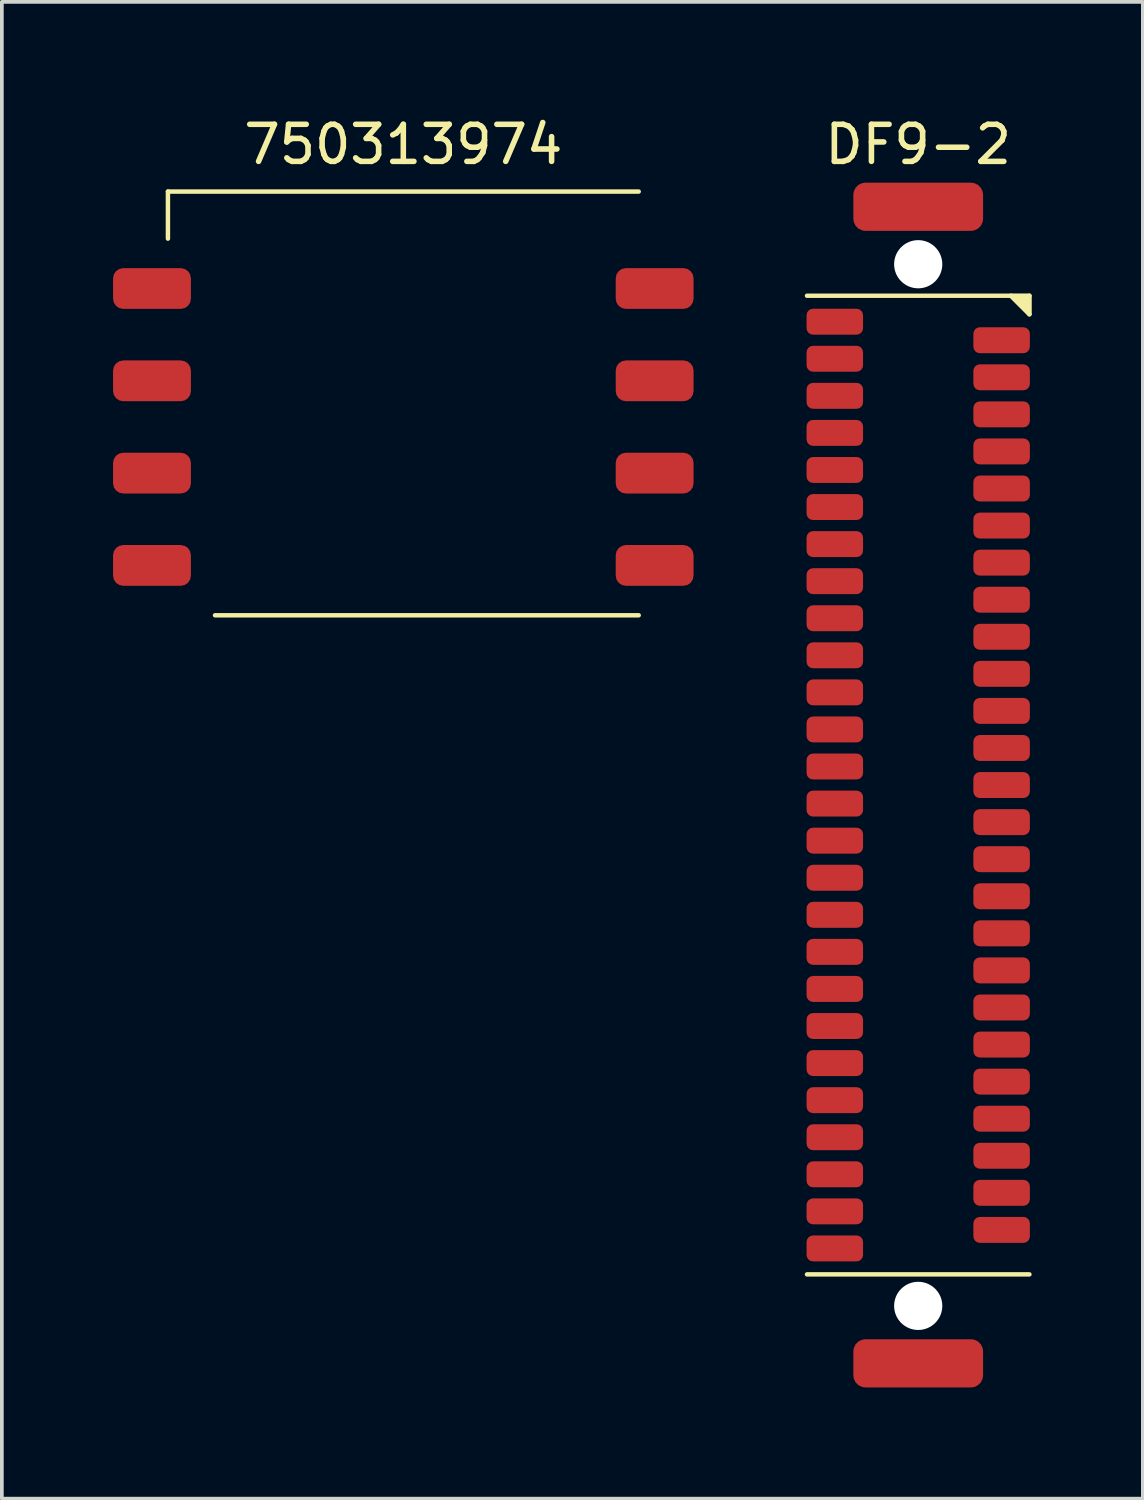
<source format=kicad_pcb>
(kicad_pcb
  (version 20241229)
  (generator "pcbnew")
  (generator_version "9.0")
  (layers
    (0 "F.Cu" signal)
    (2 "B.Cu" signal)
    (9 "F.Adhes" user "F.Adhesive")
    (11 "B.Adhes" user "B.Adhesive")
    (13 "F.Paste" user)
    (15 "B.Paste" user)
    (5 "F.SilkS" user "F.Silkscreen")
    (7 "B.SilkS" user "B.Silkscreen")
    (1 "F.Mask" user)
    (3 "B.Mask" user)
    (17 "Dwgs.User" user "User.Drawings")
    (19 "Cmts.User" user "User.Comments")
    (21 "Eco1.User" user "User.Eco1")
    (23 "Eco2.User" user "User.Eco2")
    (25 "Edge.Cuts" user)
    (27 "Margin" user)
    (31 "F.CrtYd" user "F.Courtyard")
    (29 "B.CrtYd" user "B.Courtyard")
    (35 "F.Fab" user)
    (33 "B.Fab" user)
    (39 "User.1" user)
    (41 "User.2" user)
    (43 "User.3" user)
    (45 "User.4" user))
  (footprint "750313974"
    (layer "F.Cu")
    (at 7.83 8.468)
    (property "Reference" "750313974" (at 0 -7.62 0) (layer "F.SilkS") (effects (font (size 1 1) (thickness 0.15))))
    (attr through_hole)
    (fp_line (start -6.35 -6.35) (end -6.35 -5.08) (stroke (width 0.12) (type solid)) (layer "F.SilkS"))
    (fp_line (start -6.35 -6.35) (end 6.35 -6.35) (stroke (width 0.12) (type solid)) (layer "F.SilkS"))
    (fp_line (start -5.08 5.08) (end 6.35 5.08) (stroke (width 0.12) (type solid)) (layer "F.SilkS"))
    (pad "1" smd roundrect (at -6.78 -3.735) (size 2.1 1.1) (layers "F.Cu" "F.Mask" "F.Paste") (roundrect_rratio 0.25))
    (pad "2" smd roundrect (at -6.78 -1.245) (size 2.1 1.1) (layers "F.Cu" "F.Mask" "F.Paste") (roundrect_rratio 0.25))
    (pad "3" smd roundrect (at -6.78 1.245) (size 2.1 1.1) (layers "F.Cu" "F.Mask" "F.Paste") (roundrect_rratio 0.25))
    (pad "4" smd roundrect (at -6.78 3.735) (size 2.1 1.1) (layers "F.Cu" "F.Mask" "F.Paste") (roundrect_rratio 0.25))
    (pad "5" smd roundrect (at 6.78 3.735) (size 2.1 1.1) (layers "F.Cu" "F.Mask" "F.Paste") (roundrect_rratio 0.25))
    (pad "6" smd roundrect (at 6.78 1.245) (size 2.1 1.1) (layers "F.Cu" "F.Mask" "F.Paste") (roundrect_rratio 0.25))
    (pad "7" smd roundrect (at 6.78 -1.245) (size 2.1 1.1) (layers "F.Cu" "F.Mask" "F.Paste") (roundrect_rratio 0.25))
    (pad "8" smd roundrect (at 6.78 -3.735) (size 2.1 1.1) (layers "F.Cu" "F.Mask" "F.Paste") (roundrect_rratio 0.25)))
  (footprint "DF9-2"
    (layer "F.Cu")
    (at 21.72 18.128)
    (property "Reference" "DF9-2" (at 0 -17.28 0) (layer "F.SilkS") (effects (font (size 1 1) (thickness 0.15))))
    (attr through_hole)
    (fp_line (start 3 -13.2) (end -3 -13.2) (stroke (width 0.12) (type solid)) (layer "F.SilkS"))
    (fp_line (start 3 -13.2) (end 3 -12.7) (stroke (width 0.12) (type solid)) (layer "F.SilkS"))
    (fp_line (start 3 -12.7) (end 2.5 -13.2) (stroke (width 0.12) (type solid)) (layer "F.SilkS"))
    (fp_line (start 3 13.2) (end -3 13.2) (stroke (width 0.12) (type solid)) (layer "F.SilkS"))
    (fp_poly (pts (xy 3 -13.2) (xy 3 -12.7) (xy 2.5 -13.2)) (stroke (width 0.1) (type solid)) (fill yes) (layer "F.SilkS"))
    (pad "" np_thru_hole circle (at 0 -14.05) (size 1.3 1.3) (drill 1.3) (layers "*.Cu" "*.Mask"))
    (pad "" np_thru_hole circle (at 0 14.05) (size 1.3 1.3) (drill 1.3) (layers "*.Cu" "*.Mask"))
    (pad "1" smd roundrect (at 2.25 -12) (size 1.524 0.7) (layers "F.Cu" "F.Mask" "F.Paste") (roundrect_rratio 0.25))
    (pad "2" smd roundrect (at 2.25 -11) (size 1.524 0.7) (layers "F.Cu" "F.Mask" "F.Paste") (roundrect_rratio 0.25))
    (pad "3" smd roundrect (at 2.25 -10) (size 1.524 0.7) (layers "F.Cu" "F.Mask" "F.Paste") (roundrect_rratio 0.25))
    (pad "4" smd roundrect (at 2.25 -9) (size 1.524 0.7) (layers "F.Cu" "F.Mask" "F.Paste") (roundrect_rratio 0.25))
    (pad "5" smd roundrect (at 2.25 -8) (size 1.524 0.7) (layers "F.Cu" "F.Mask" "F.Paste") (roundrect_rratio 0.25))
    (pad "6" smd roundrect (at 2.25 -7) (size 1.524 0.7) (layers "F.Cu" "F.Mask" "F.Paste") (roundrect_rratio 0.25))
    (pad "7" smd roundrect (at 2.25 -6) (size 1.524 0.7) (layers "F.Cu" "F.Mask" "F.Paste") (roundrect_rratio 0.25))
    (pad "8" smd roundrect (at 2.25 -5) (size 1.524 0.7) (layers "F.Cu" "F.Mask" "F.Paste") (roundrect_rratio 0.25))
    (pad "9" smd roundrect (at 2.25 -4) (size 1.524 0.7) (layers "F.Cu" "F.Mask" "F.Paste") (roundrect_rratio 0.25))
    (pad "10" smd roundrect (at 2.25 -3) (size 1.524 0.7) (layers "F.Cu" "F.Mask" "F.Paste") (roundrect_rratio 0.25))
    (pad "11" smd roundrect (at 2.25 -2) (size 1.524 0.7) (layers "F.Cu" "F.Mask" "F.Paste") (roundrect_rratio 0.25))
    (pad "12" smd roundrect (at 2.25 -1) (size 1.524 0.7) (layers "F.Cu" "F.Mask" "F.Paste") (roundrect_rratio 0.25))
    (pad "13" smd roundrect (at 2.25 0) (size 1.524 0.7) (layers "F.Cu" "F.Mask" "F.Paste") (roundrect_rratio 0.25))
    (pad "14" smd roundrect (at 2.25 1) (size 1.524 0.7) (layers "F.Cu" "F.Mask" "F.Paste") (roundrect_rratio 0.25))
    (pad "15" smd roundrect (at 2.25 2) (size 1.524 0.7) (layers "F.Cu" "F.Mask" "F.Paste") (roundrect_rratio 0.25))
    (pad "16" smd roundrect (at 2.25 3) (size 1.524 0.7) (layers "F.Cu" "F.Mask" "F.Paste") (roundrect_rratio 0.25))
    (pad "17" smd roundrect (at 2.25 4) (size 1.524 0.7) (layers "F.Cu" "F.Mask" "F.Paste") (roundrect_rratio 0.25))
    (pad "18" smd roundrect (at 2.25 5) (size 1.524 0.7) (layers "F.Cu" "F.Mask" "F.Paste") (roundrect_rratio 0.25))
    (pad "19" smd roundrect (at 2.25 6) (size 1.524 0.7) (layers "F.Cu" "F.Mask" "F.Paste") (roundrect_rratio 0.25))
    (pad "20" smd roundrect (at 2.25 7) (size 1.524 0.7) (layers "F.Cu" "F.Mask" "F.Paste") (roundrect_rratio 0.25))
    (pad "21" smd roundrect (at 2.25 8) (size 1.524 0.7) (layers "F.Cu" "F.Mask" "F.Paste") (roundrect_rratio 0.25))
    (pad "22" smd roundrect (at 2.25 9) (size 1.524 0.7) (layers "F.Cu" "F.Mask" "F.Paste") (roundrect_rratio 0.25))
    (pad "23" smd roundrect (at 2.25 10) (size 1.524 0.7) (layers "F.Cu" "F.Mask" "F.Paste") (roundrect_rratio 0.25))
    (pad "24" smd roundrect (at 2.25 11) (size 1.524 0.7) (layers "F.Cu" "F.Mask" "F.Paste") (roundrect_rratio 0.25))
    (pad "25" smd roundrect (at 2.25 12) (size 1.524 0.7) (layers "F.Cu" "F.Mask" "F.Paste") (roundrect_rratio 0.25))
    (pad "26" smd roundrect (at -2.25 12.5) (size 1.524 0.7) (layers "F.Cu" "F.Mask" "F.Paste") (roundrect_rratio 0.25))
    (pad "27" smd roundrect (at -2.25 11.5) (size 1.524 0.7) (layers "F.Cu" "F.Mask" "F.Paste") (roundrect_rratio 0.25))
    (pad "28" smd roundrect (at -2.25 10.5) (size 1.524 0.7) (layers "F.Cu" "F.Mask" "F.Paste") (roundrect_rratio 0.25))
    (pad "29" smd roundrect (at -2.25 9.5) (size 1.524 0.7) (layers "F.Cu" "F.Mask" "F.Paste") (roundrect_rratio 0.25))
    (pad "30" smd roundrect (at -2.25 8.5) (size 1.524 0.7) (layers "F.Cu" "F.Mask" "F.Paste") (roundrect_rratio 0.25))
    (pad "31" smd roundrect (at -2.25 7.5) (size 1.524 0.7) (layers "F.Cu" "F.Mask" "F.Paste") (roundrect_rratio 0.25))
    (pad "32" smd roundrect (at -2.25 6.5) (size 1.524 0.7) (layers "F.Cu" "F.Mask" "F.Paste") (roundrect_rratio 0.25))
    (pad "33" smd roundrect (at -2.25 5.5) (size 1.524 0.7) (layers "F.Cu" "F.Mask" "F.Paste") (roundrect_rratio 0.25))
    (pad "34" smd roundrect (at -2.25 4.5) (size 1.524 0.7) (layers "F.Cu" "F.Mask" "F.Paste") (roundrect_rratio 0.25))
    (pad "35" smd roundrect (at -2.25 3.5) (size 1.524 0.7) (layers "F.Cu" "F.Mask" "F.Paste") (roundrect_rratio 0.25))
    (pad "36" smd roundrect (at -2.25 2.5) (size 1.524 0.7) (layers "F.Cu" "F.Mask" "F.Paste") (roundrect_rratio 0.25))
    (pad "37" smd roundrect (at -2.25 1.5) (size 1.524 0.7) (layers "F.Cu" "F.Mask" "F.Paste") (roundrect_rratio 0.25))
    (pad "38" smd roundrect (at -2.25 0.5) (size 1.524 0.7) (layers "F.Cu" "F.Mask" "F.Paste") (roundrect_rratio 0.25))
    (pad "39" smd roundrect (at -2.25 -0.5) (size 1.524 0.7) (layers "F.Cu" "F.Mask" "F.Paste") (roundrect_rratio 0.25))
    (pad "40" smd roundrect (at -2.25 -1.5) (size 1.524 0.7) (layers "F.Cu" "F.Mask" "F.Paste") (roundrect_rratio 0.25))
    (pad "41" smd roundrect (at -2.25 -2.5) (size 1.524 0.7) (layers "F.Cu" "F.Mask" "F.Paste") (roundrect_rratio 0.25))
    (pad "42" smd roundrect (at -2.25 -3.5) (size 1.524 0.7) (layers "F.Cu" "F.Mask" "F.Paste") (roundrect_rratio 0.25))
    (pad "43" smd roundrect (at -2.25 -4.5) (size 1.524 0.7) (layers "F.Cu" "F.Mask" "F.Paste") (roundrect_rratio 0.25))
    (pad "44" smd roundrect (at -2.25 -5.5) (size 1.524 0.7) (layers "F.Cu" "F.Mask" "F.Paste") (roundrect_rratio 0.25))
    (pad "45" smd roundrect (at -2.25 -6.5) (size 1.524 0.7) (layers "F.Cu" "F.Mask" "F.Paste") (roundrect_rratio 0.25))
    (pad "46" smd roundrect (at -2.25 -7.5) (size 1.524 0.7) (layers "F.Cu" "F.Mask" "F.Paste") (roundrect_rratio 0.25))
    (pad "47" smd roundrect (at -2.25 -8.5) (size 1.524 0.7) (layers "F.Cu" "F.Mask" "F.Paste") (roundrect_rratio 0.25))
    (pad "48" smd roundrect (at -2.25 -9.5) (size 1.524 0.7) (layers "F.Cu" "F.Mask" "F.Paste") (roundrect_rratio 0.25))
    (pad "49" smd roundrect (at -2.25 -10.5) (size 1.524 0.7) (layers "F.Cu" "F.Mask" "F.Paste") (roundrect_rratio 0.25))
    (pad "50" smd roundrect (at -2.25 -11.5) (size 1.524 0.7) (layers "F.Cu" "F.Mask" "F.Paste") (roundrect_rratio 0.25))
    (pad "51" smd roundrect (at -2.25 -12.5) (size 1.524 0.7) (layers "F.Cu" "F.Mask" "F.Paste") (roundrect_rratio 0.25))
    (pad "MNT" smd roundrect (at 0 -15.6) (size 3.5 1.3) (layers "F.Cu" "F.Mask" "F.Paste") (roundrect_rratio 0.25))
    (pad "MNT" smd roundrect (at 0 15.6) (size 3.5 1.3) (layers "F.Cu" "F.Mask" "F.Paste") (roundrect_rratio 0.25)))
  (gr_rect
    (start -3 -3)
    (end 27.78 37.378)
    (stroke (width 0.1) (type default))
    (fill no)
    (layer "Edge.Cuts")))
</source>
